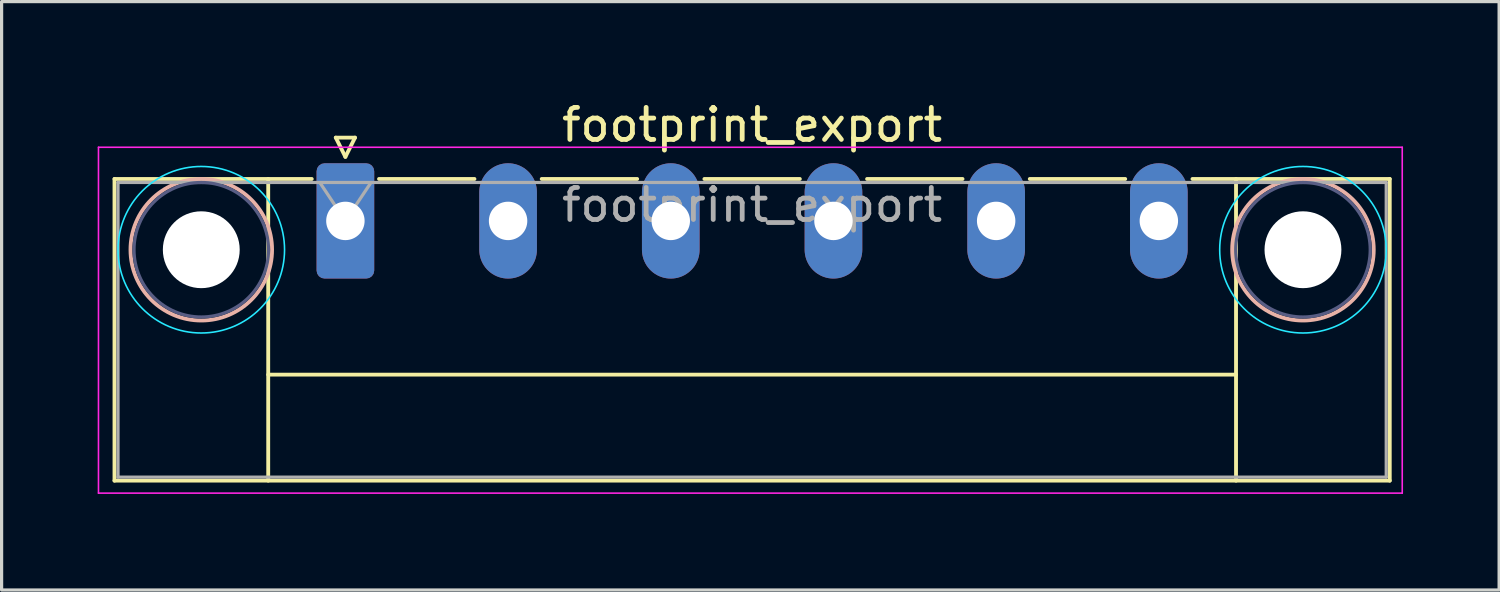
<source format=kicad_pcb>
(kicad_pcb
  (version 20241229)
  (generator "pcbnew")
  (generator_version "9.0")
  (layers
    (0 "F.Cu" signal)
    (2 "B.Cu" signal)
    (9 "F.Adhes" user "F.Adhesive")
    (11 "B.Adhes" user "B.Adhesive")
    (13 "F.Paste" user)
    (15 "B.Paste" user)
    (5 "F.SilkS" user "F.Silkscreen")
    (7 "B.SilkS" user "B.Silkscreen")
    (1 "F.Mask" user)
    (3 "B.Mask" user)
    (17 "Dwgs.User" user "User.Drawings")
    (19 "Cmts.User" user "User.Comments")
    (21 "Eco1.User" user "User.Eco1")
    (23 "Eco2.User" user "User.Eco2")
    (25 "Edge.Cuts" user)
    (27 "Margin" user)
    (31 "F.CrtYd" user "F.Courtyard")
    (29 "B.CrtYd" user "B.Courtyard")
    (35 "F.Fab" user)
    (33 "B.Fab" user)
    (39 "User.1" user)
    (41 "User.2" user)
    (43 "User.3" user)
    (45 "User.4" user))
  (footprint "footprint_export"
    (layer "F.Cu")
    (at 7.735 3.848)
    (property "Reference" "footprint_export" (at 12.7 -3 0) (layer "F.SilkS") (effects (font (size 1 1) (thickness 0.15))))
    (attr through_hole)
    (fp_line (start -7.21 -1.31) (end -7.21 8.11) (stroke (width 0.12) (type solid)) (layer "F.SilkS"))
    (fp_line (start -7.21 -1.31) (end -1.05 -1.31) (stroke (width 0.12) (type solid)) (layer "F.SilkS"))
    (fp_line (start -7.21 8.11) (end 32.61 8.11) (stroke (width 0.12) (type solid)) (layer "F.SilkS"))
    (fp_line (start -2.41 -1.31) (end -2.41 8.11) (stroke (width 0.12) (type solid)) (layer "F.SilkS"))
    (fp_line (start -2.41 4.8) (end 27.81 4.8) (stroke (width 0.12) (type solid)) (layer "F.SilkS"))
    (fp_line (start -0.3 -2.6) (end 0.3 -2.6) (stroke (width 0.12) (type solid)) (layer "F.SilkS"))
    (fp_line (start 0 -2) (end -0.3 -2.6) (stroke (width 0.12) (type solid)) (layer "F.SilkS"))
    (fp_line (start 0.3 -2.6) (end 0 -2) (stroke (width 0.12) (type solid)) (layer "F.SilkS"))
    (fp_line (start 1.05 -1.31) (end 4.03 -1.31) (stroke (width 0.12) (type solid)) (layer "F.SilkS"))
    (fp_line (start 6.13 -1.31) (end 9.11 -1.31) (stroke (width 0.12) (type solid)) (layer "F.SilkS"))
    (fp_line (start 11.21 -1.31) (end 14.19 -1.31) (stroke (width 0.12) (type solid)) (layer "F.SilkS"))
    (fp_line (start 16.29 -1.31) (end 19.27 -1.31) (stroke (width 0.12) (type solid)) (layer "F.SilkS"))
    (fp_line (start 21.37 -1.31) (end 24.35 -1.31) (stroke (width 0.12) (type solid)) (layer "F.SilkS"))
    (fp_line (start 27.81 -1.31) (end 27.81 8.11) (stroke (width 0.12) (type solid)) (layer "F.SilkS"))
    (fp_line (start 32.61 -1.31) (end 26.45 -1.31) (stroke (width 0.12) (type solid)) (layer "F.SilkS"))
    (fp_line (start 32.61 8.11) (end 32.61 -1.31) (stroke (width 0.12) (type solid)) (layer "F.SilkS"))
    (fp_circle (center -4.5 0.9) (end -2.29 0.9) (stroke (width 0.12) (type solid)) (fill no) (layer "B.SilkS"))
    (fp_circle (center 29.9 0.9) (end 32.11 0.9) (stroke (width 0.12) (type solid)) (fill no) (layer "B.SilkS"))
    (fp_circle (center -4.5 0.9) (end -1.9 0.9) (stroke (width 0.05) (type solid)) (fill no) (layer "B.CrtYd"))
    (fp_circle (center 29.9 0.9) (end 32.5 0.9) (stroke (width 0.05) (type solid)) (fill no) (layer "B.CrtYd"))
    (fp_line (start -7.71 -2.3) (end -7.71 8.5) (stroke (width 0.05) (type solid)) (layer "F.CrtYd"))
    (fp_line (start -7.71 8.5) (end 33 8.5) (stroke (width 0.05) (type solid)) (layer "F.CrtYd"))
    (fp_line (start 33 -2.3) (end -7.71 -2.3) (stroke (width 0.05) (type solid)) (layer "F.CrtYd"))
    (fp_line (start 33 8.5) (end 33 -2.3) (stroke (width 0.05) (type solid)) (layer "F.CrtYd"))
    (fp_circle (center -4.5 0.9) (end -2.4 0.9) (stroke (width 0.1) (type solid)) (fill no) (layer "B.Fab"))
    (fp_circle (center 29.9 0.9) (end 32 0.9) (stroke (width 0.1) (type solid)) (fill no) (layer "B.Fab"))
    (fp_line (start -7.1 -1.2) (end -7.1 8) (stroke (width 0.1) (type solid)) (layer "F.Fab"))
    (fp_line (start -7.1 8) (end 32.5 8) (stroke (width 0.1) (type solid)) (layer "F.Fab"))
    (fp_line (start 0 0) (end -0.8 -1.2) (stroke (width 0.1) (type solid)) (layer "F.Fab"))
    (fp_line (start 0.8 -1.2) (end 0 0) (stroke (width 0.1) (type solid)) (layer "F.Fab"))
    (fp_line (start 32.5 -1.2) (end -7.1 -1.2) (stroke (width 0.1) (type solid)) (layer "F.Fab"))
    (fp_line (start 32.5 8) (end 32.5 -1.2) (stroke (width 0.1) (type solid)) (layer "F.Fab"))
    (fp_text user "${REFERENCE}" (at 12.7 -0.5 0) (layer "F.Fab") (effects (font (size 1 1) (thickness 0.15))))
    (pad "" np_thru_hole circle (at -4.5 0.9) (size 2.4 2.4) (drill 2.4) (layers "*.Cu" "*.Mask"))
    (pad "" np_thru_hole circle (at 29.9 0.9) (size 2.4 2.4) (drill 2.4) (layers "*.Cu" "*.Mask"))
    (pad "1" thru_hole roundrect (at 0 0) (size 1.8 3.6) (drill 1.2) (layers "*.Cu" "*.Mask") (roundrect_rratio 0.139))
    (pad "2" thru_hole oval (at 5.08 0) (size 1.8 3.6) (drill 1.2) (layers "*.Cu" "*.Mask"))
    (pad "3" thru_hole oval (at 10.16 0) (size 1.8 3.6) (drill 1.2) (layers "*.Cu" "*.Mask"))
    (pad "4" thru_hole oval (at 15.24 0) (size 1.8 3.6) (drill 1.2) (layers "*.Cu" "*.Mask"))
    (pad "5" thru_hole oval (at 20.32 0) (size 1.8 3.6) (drill 1.2) (layers "*.Cu" "*.Mask"))
    (pad "6" thru_hole oval (at 25.4 0) (size 1.8 3.6) (drill 1.2) (layers "*.Cu" "*.Mask")))
  (gr_rect
    (start -3 -3)
    (end 43.76 15.373)
    (stroke (width 0.1) (type default))
    (fill no)
    (layer "Edge.Cuts")))
</source>
